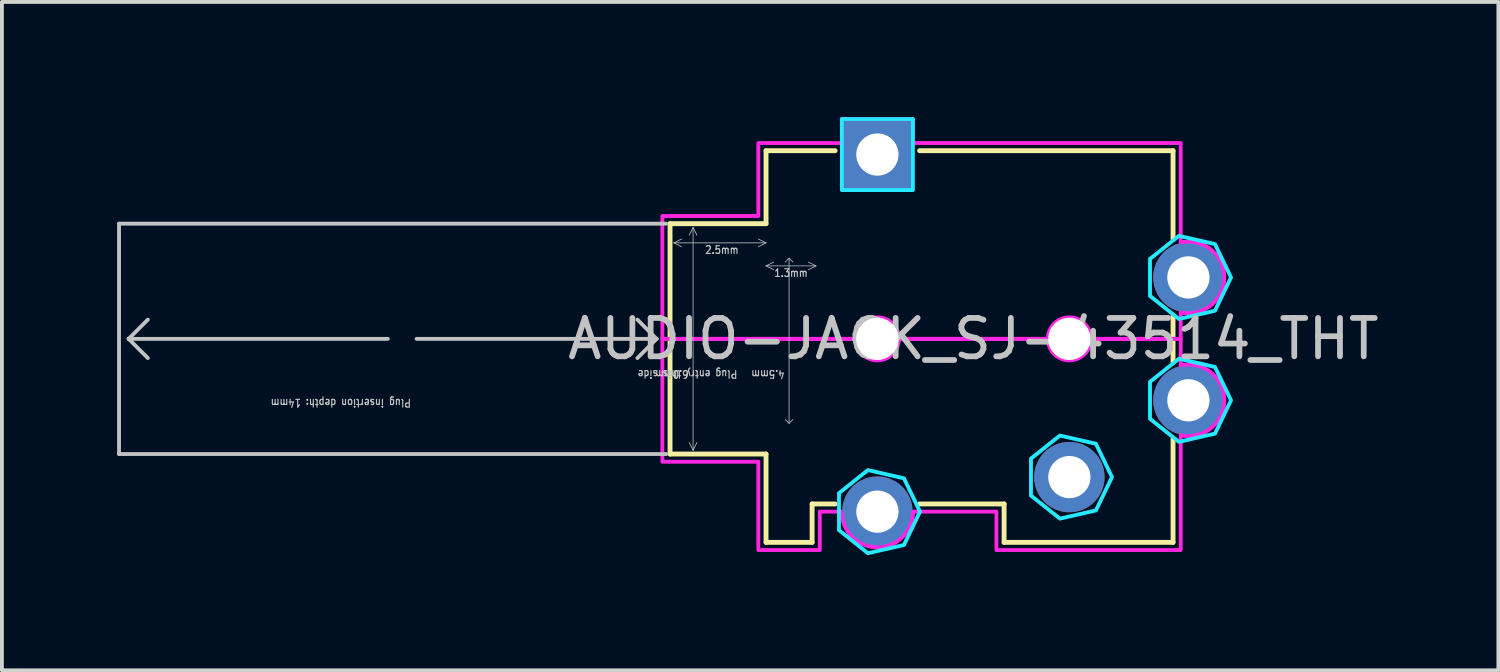
<source format=kicad_pcb>
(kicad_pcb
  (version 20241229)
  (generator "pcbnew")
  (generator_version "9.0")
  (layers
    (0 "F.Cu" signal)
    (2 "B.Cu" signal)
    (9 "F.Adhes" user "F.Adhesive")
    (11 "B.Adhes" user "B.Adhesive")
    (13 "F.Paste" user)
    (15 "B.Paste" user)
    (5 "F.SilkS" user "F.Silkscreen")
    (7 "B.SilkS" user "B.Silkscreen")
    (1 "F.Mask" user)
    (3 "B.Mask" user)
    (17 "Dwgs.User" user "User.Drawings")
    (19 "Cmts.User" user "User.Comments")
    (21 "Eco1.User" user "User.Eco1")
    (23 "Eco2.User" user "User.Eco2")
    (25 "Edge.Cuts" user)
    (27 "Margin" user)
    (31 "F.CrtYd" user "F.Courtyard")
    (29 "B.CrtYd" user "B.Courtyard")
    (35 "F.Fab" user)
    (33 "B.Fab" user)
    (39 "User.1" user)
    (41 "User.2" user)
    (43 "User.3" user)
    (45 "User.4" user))
  (footprint "AUDIO-JACK_SJ-43514_THT"
    (layer "F.Cu")
    (at 22.3 5.775)
    (property "Reference" "AUDIO-JACK_SJ-43514_THT" (at 0 0 0) (layer "Dwgs.User") (effects (font (size 1 1) (thickness 0.15))))
    (fp_line (start -7.9 -3) (end -7.9 3) (stroke (width 0.127) (type solid)) (layer "F.SilkS"))
    (fp_line (start -7.9 3) (end -5.4 3) (stroke (width 0.127) (type solid)) (layer "F.SilkS"))
    (fp_line (start -5.4 -4.9) (end -5.4 -3) (stroke (width 0.127) (type solid)) (layer "F.SilkS"))
    (fp_line (start -5.4 -3) (end -7.9 -3) (stroke (width 0.127) (type solid)) (layer "F.SilkS"))
    (fp_line (start -5.4 3) (end -5.4 5.3) (stroke (width 0.127) (type solid)) (layer "F.SilkS"))
    (fp_line (start -5.4 5.3) (end -4.2 5.3) (stroke (width 0.127) (type solid)) (layer "F.SilkS"))
    (fp_line (start -4.2 4.3) (end -3.6 4.3) (stroke (width 0.127) (type solid)) (layer "F.SilkS"))
    (fp_line (start -4.2 5.3) (end -4.2 4.3) (stroke (width 0.127) (type solid)) (layer "F.SilkS"))
    (fp_line (start -3.6 -4.9) (end -5.4 -4.9) (stroke (width 0.127) (type solid)) (layer "F.SilkS"))
    (fp_line (start -1.4 4.3) (end 0.8 4.3) (stroke (width 0.127) (type solid)) (layer "F.SilkS"))
    (fp_line (start 0.8 4.3) (end 0.8 5.3) (stroke (width 0.127) (type solid)) (layer "F.SilkS"))
    (fp_line (start 0.8 5.3) (end 5.2 5.3) (stroke (width 0.127) (type solid)) (layer "F.SilkS"))
    (fp_line (start 5.2 -4.9) (end -1.4 -4.9) (stroke (width 0.127) (type solid)) (layer "F.SilkS"))
    (fp_line (start 5.2 -2.6) (end 5.2 -4.9) (stroke (width 0.127) (type solid)) (layer "F.SilkS"))
    (fp_line (start 5.2 0.6) (end 5.2 -0.6) (stroke (width 0.127) (type solid)) (layer "F.SilkS"))
    (fp_line (start 5.2 5.3) (end 5.2 2.6) (stroke (width 0.127) (type solid)) (layer "F.SilkS"))
    (fp_line (start -22.25 -3) (end -22.25 3) (stroke (width 0.1) (type solid)) (layer "Dwgs.User"))
    (fp_line (start -22.25 3) (end -8 3) (stroke (width 0.1) (type solid)) (layer "Dwgs.User"))
    (fp_line (start -22 0) (end -21.5 -0.5) (stroke (width 0.1) (type solid)) (layer "Dwgs.User"))
    (fp_line (start -22 0) (end -21.5 0.5) (stroke (width 0.1) (type solid)) (layer "Dwgs.User"))
    (fp_line (start -15.25 0) (end -22 0) (stroke (width 0.1) (type solid)) (layer "Dwgs.User"))
    (fp_line (start -8.25 0) (end -14.5 0) (stroke (width 0.1) (type solid)) (layer "Dwgs.User"))
    (fp_line (start -8.25 0) (end -8.75 -0.5) (stroke (width 0.1) (type solid)) (layer "Dwgs.User"))
    (fp_line (start -8.25 0) (end -8.75 0.5) (stroke (width 0.1) (type solid)) (layer "Dwgs.User"))
    (fp_line (start -8 -3) (end -22.25 -3) (stroke (width 0.1) (type solid)) (layer "Dwgs.User"))
    (fp_line (start -7.8 -2.5) (end -7.6 -2.6) (stroke (width 0.02) (type solid)) (layer "Dwgs.User"))
    (fp_line (start -7.8 -2.5) (end -7.6 -2.4) (stroke (width 0.02) (type solid)) (layer "Dwgs.User"))
    (fp_line (start -7.4 -2.7) (end -7.3 -2.9) (stroke (width 0.02) (type solid)) (layer "Dwgs.User"))
    (fp_line (start -7.4 2.7) (end -7.3 2.9) (stroke (width 0.02) (type solid)) (layer "Dwgs.User"))
    (fp_line (start -7.3 -2.9) (end -7.3 2.9) (stroke (width 0.02) (type solid)) (layer "Dwgs.User"))
    (fp_line (start -7.3 -2.9) (end -7.2 -2.7) (stroke (width 0.02) (type solid)) (layer "Dwgs.User"))
    (fp_line (start -7.3 2.9) (end -7.2 2.7) (stroke (width 0.02) (type solid)) (layer "Dwgs.User"))
    (fp_line (start -5.6 -2.6) (end -5.4 -2.5) (stroke (width 0.02) (type solid)) (layer "Dwgs.User"))
    (fp_line (start -5.4 -2.5) (end -7.8 -2.5) (stroke (width 0.02) (type solid)) (layer "Dwgs.User"))
    (fp_line (start -5.4 -2.5) (end -5.6 -2.4) (stroke (width 0.02) (type solid)) (layer "Dwgs.User"))
    (fp_line (start -5.4 -1.9) (end -5.2 -2) (stroke (width 0.02) (type solid)) (layer "Dwgs.User"))
    (fp_line (start -5.4 -1.9) (end -5.2 -1.8) (stroke (width 0.02) (type solid)) (layer "Dwgs.User"))
    (fp_line (start -5.4 -1.9) (end -4.1 -1.9) (stroke (width 0.02) (type solid)) (layer "Dwgs.User"))
    (fp_line (start -4.8 -2.1) (end -4.9 -2) (stroke (width 0.02) (type solid)) (layer "Dwgs.User"))
    (fp_line (start -4.8 -2.1) (end -4.8 2.2) (stroke (width 0.02) (type solid)) (layer "Dwgs.User"))
    (fp_line (start -4.8 -2.1) (end -4.7 -2) (stroke (width 0.02) (type solid)) (layer "Dwgs.User"))
    (fp_line (start -4.8 2.2) (end -4.9 2.1) (stroke (width 0.02) (type solid)) (layer "Dwgs.User"))
    (fp_line (start -4.8 2.2) (end -4.7 2.1) (stroke (width 0.02) (type solid)) (layer "Dwgs.User"))
    (fp_line (start -4.3 -1.8) (end -4.1 -1.9) (stroke (width 0.02) (type solid)) (layer "Dwgs.User"))
    (fp_line (start -4.1 -1.9) (end -4.3 -2) (stroke (width 0.02) (type solid)) (layer "Dwgs.User"))
    (fp_poly (pts (xy -3.425 -5.725) (xy -1.575 -5.725) (xy -1.575 -3.875) (xy -3.425 -3.875)) (stroke (width 0.1) (type solid)) (fill no) (layer "B.CrtYd"))
    (fp_poly (pts (xy -1.39 4.5) (xy -1.808 3.632) (xy -2.747 3.418) (xy -3.5 4.018) (xy -3.5 4.982) (xy -2.747 5.582) (xy -1.808 5.368)) (stroke (width 0.1) (type solid)) (fill no) (layer "B.CrtYd"))
    (fp_poly (pts (xy 3.61 3.6) (xy 3.192 2.732) (xy 2.253 2.518) (xy 1.5 3.118) (xy 1.5 4.082) (xy 2.253 4.682) (xy 3.192 4.468)) (stroke (width 0.1) (type solid)) (fill no) (layer "B.CrtYd"))
    (fp_poly (pts (xy 6.71 -1.6) (xy 6.292 -2.468) (xy 5.353 -2.682) (xy 4.6 -2.082) (xy 4.6 -1.118) (xy 5.353 -0.518) (xy 6.292 -0.732)) (stroke (width 0.1) (type solid)) (fill no) (layer "B.CrtYd"))
    (fp_poly (pts (xy 6.71 1.6) (xy 6.292 0.732) (xy 5.353 0.518) (xy 4.6 1.118) (xy 4.6 2.082) (xy 5.353 2.682) (xy 6.292 2.468)) (stroke (width 0.1) (type solid)) (fill no) (layer "B.CrtYd"))
    (fp_poly (pts (xy -3.425 -5.725) (xy -1.575 -5.725) (xy -1.575 -5.1) (xy 5.4 -5.1) (xy 5.4 -2.51) (xy 5.449 -2.519) (xy 5.498 -2.526) (xy 5.548 -2.531) (xy 5.597 -2.532) (xy 5.647 -2.531) (xy 5.697 -2.527) (xy 5.746 -2.521) (xy 5.795 -2.512) (xy 5.844 -2.5) (xy 5.891 -2.486) (xy 5.938 -2.469) (xy 5.984 -2.45) (xy 6.029 -2.428) (xy 6.073 -2.404) (xy 6.115 -2.378) (xy 6.156 -2.35) (xy 6.195 -2.319) (xy 6.232 -2.286) (xy 6.268 -2.252) (xy 6.302 -2.215) (xy 6.334 -2.177) (xy 6.364 -2.137) (xy 6.391 -2.096) (xy 6.416 -2.053) (xy 6.439 -2.009) (xy 6.46 -1.963) (xy 6.478 -1.917) (xy 6.494 -1.87) (xy 6.507 -1.822) (xy 6.518 -1.773) (xy 6.526 -1.724) (xy 6.531 -1.675) (xy 6.534 -1.625) (xy 6.534 -1.575) (xy 6.531 -1.525) (xy 6.526 -1.476) (xy 6.518 -1.427) (xy 6.507 -1.378) (xy 6.494 -1.33) (xy 6.478 -1.283) (xy 6.46 -1.237) (xy 6.439 -1.191) (xy 6.416 -1.147) (xy 6.391 -1.104) (xy 6.364 -1.063) (xy 6.334 -1.023) (xy 6.302 -0.985) (xy 6.268 -0.948) (xy 6.232 -0.914) (xy 6.195 -0.881) (xy 6.156 -0.85) (xy 6.115 -0.822) (xy 6.073 -0.796) (xy 6.029 -0.772) (xy 5.984 -0.75) (xy 5.938 -0.731) (xy 5.891 -0.714) (xy 5.844 -0.7) (xy 5.795 -0.688) (xy 5.746 -0.679) (xy 5.697 -0.673) (xy 5.647 -0.669) (xy 5.597 -0.668) (xy 5.548 -0.669) (xy 5.498 -0.674) (xy 5.449 -0.681) (xy 5.4 -0.69) (xy 5.4 0) (xy 3.06 0) (xy 3.06 -0.000078) (xy 3.06 -0.009) (xy 3.06 -0.009) (xy 3.06 -0.018) (xy 3.06 -0.018) (xy 3.059 -0.026) (xy 3.059 -0.026) (xy 3.059 -0.035) (xy 3.059 -0.035) (xy 3.058 -0.044) (xy 3.058 -0.044) (xy 3.058 -0.053) (xy 3.058 -0.053) (xy 3.057 -0.061) (xy 3.057 -0.062) (xy 3.056 -0.07) (xy 3.056 -0.07) (xy 3.054 -0.079) (xy 3.054 -0.079) (xy 3.053 -0.088) (xy 3.053 -0.088) (xy 3.052 -0.096) (xy 3.052 -0.096) (xy 3.05 -0.105) (xy 3.05 -0.105) (xy 3.048 -0.113) (xy 3.048 -0.114) (xy 3.047 -0.122) (xy 3.046 -0.122) (xy 3.045 -0.131) (xy 3.045 -0.131) (xy 3.042 -0.139) (xy 3.042 -0.139) (xy 3.04 -0.148) (xy 3.04 -0.148) (xy 3.038 -0.156) (xy 3.038 -0.156) (xy 3.035 -0.165) (xy 3.035 -0.165) (xy 3.033 -0.173) (xy 3.033 -0.173) (xy 3.03 -0.181) (xy 3.03 -0.181) (xy 3.027 -0.19) (xy 3.027 -0.19) (xy 3.024 -0.198) (xy 3.024 -0.198) (xy 3.021 -0.206) (xy 3.021 -0.206) (xy 3.017 -0.214) (xy 3.017 -0.214) (xy 3.014 -0.222) (xy 3.014 -0.222) (xy 3.01 -0.23) (xy 3.01 -0.231) (xy 3.007 -0.238) (xy 3.007 -0.239) (xy 3.003 -0.246) (xy 3.003 -0.246) (xy 2.999 -0.254) (xy 2.999 -0.254) (xy 2.995 -0.262) (xy 2.995 -0.262) (xy 2.991 -0.27) (xy 2.991 -0.27) (xy 2.986 -0.277) (xy 2.986 -0.278) (xy 2.982 -0.285) (xy 2.982 -0.285) (xy 2.978 -0.293) (xy 2.977 -0.293) (xy 2.973 -0.3) (xy 2.973 -0.3) (xy 2.968 -0.307) (xy 2.968 -0.308) (xy 2.963 -0.315) (xy 2.963 -0.315) (xy 2.958 -0.322) (xy 2.958 -0.322) (xy 2.953 -0.329) (xy 2.953 -0.329) (xy 2.948 -0.336) (xy 2.948 -0.336) (xy 2.943 -0.343) (xy 2.942 -0.343) (xy 2.937 -0.35) (xy 2.937 -0.35) (xy 2.932 -0.357) (xy 2.931 -0.357) (xy 2.926 -0.364) (xy 2.926 -0.364) (xy 2.92 -0.37) (xy 2.92 -0.37) (xy 2.914 -0.377) (xy 2.914 -0.377) (xy 2.908 -0.383) (xy 2.908 -0.383) (xy 2.902 -0.39) (xy 2.902 -0.39) (xy 2.896 -0.396) (xy 2.896 -0.396) (xy 2.89 -0.402) (xy 2.89 -0.402) (xy 2.883 -0.408) (xy 2.883 -0.408) (xy 2.877 -0.414) (xy 2.877 -0.414) (xy 2.87 -0.42) (xy 2.87 -0.42) (xy 2.864 -0.426) (xy 2.864 -0.426) (xy 2.857 -0.431) (xy 2.857 -0.432) (xy 2.85 -0.437) (xy 2.85 -0.437) (xy 2.843 -0.442) (xy 2.843 -0.443) (xy 2.836 -0.448) (xy 2.836 -0.448) (xy 2.829 -0.453) (xy 2.829 -0.453) (xy 2.822 -0.458) (xy 2.822 -0.458) (xy 2.815 -0.463) (xy 2.815 -0.463) (xy 2.808 -0.468) (xy 2.807 -0.468) (xy 2.8 -0.473) (xy 2.8 -0.473) (xy 2.793 -0.477) (xy 2.793 -0.478) (xy 2.785 -0.482) (xy 2.785 -0.482) (xy 2.778 -0.486) (xy 2.777 -0.486) (xy 2.77 -0.491) (xy 2.77 -0.491) (xy 2.762 -0.495) (xy 2.762 -0.495) (xy 2.754 -0.499) (xy 2.754 -0.499) (xy 2.746 -0.503) (xy 2.746 -0.503) (xy 2.739 -0.507) (xy 2.738 -0.507) (xy 2.731 -0.51) (xy 2.73 -0.51) (xy 2.722 -0.514) (xy 2.722 -0.514) (xy 2.714 -0.517) (xy 2.714 -0.517) (xy 2.706 -0.521) (xy 2.706 -0.521) (xy 2.698 -0.524) (xy 2.698 -0.524) (xy 2.69 -0.527) (xy 2.69 -0.527) (xy 2.681 -0.53) (xy 2.681 -0.53) (xy 2.673 -0.533) (xy 2.673 -0.533) (xy 2.665 -0.535) (xy 2.665 -0.535) (xy 2.656 -0.538) (xy 2.656 -0.538) (xy 2.648 -0.54) (xy 2.648 -0.54) (xy 2.639 -0.542) (xy 2.639 -0.542) (xy 2.631 -0.545) (xy 2.631 -0.545) (xy 2.622 -0.546) (xy 2.622 -0.547) (xy 2.614 -0.548) (xy 2.613 -0.548) (xy 2.605 -0.55) (xy 2.605 -0.55) (xy 2.596 -0.552) (xy 2.596 -0.552) (xy 2.588 -0.553) (xy 2.588 -0.553) (xy 2.579 -0.554) (xy 2.579 -0.554) (xy 2.57 -0.556) (xy 2.57 -0.556) (xy 2.562 -0.557) (xy 2.561 -0.557) (xy 2.553 -0.558) (xy 2.553 -0.558) (xy 2.544 -0.558) (xy 2.544 -0.558) (xy 2.535 -0.559) (xy 2.535 -0.559) (xy 2.526 -0.559) (xy 2.526 -0.559) (xy 2.518 -0.56) (xy 2.518 -0.56) (xy 2.509 -0.56) (xy 2.509 -0.56) (xy 2.5 -0.56) (xy 2.5 -0.56) (xy 2.491 -0.56) (xy 2.491 -0.56) (xy 2.482 -0.56) (xy 2.482 -0.56) (xy 2.474 -0.559) (xy 2.474 -0.559) (xy 2.465 -0.559) (xy 2.465 -0.559) (xy 2.456 -0.558) (xy 2.456 -0.558) (xy 2.447 -0.558) (xy 2.447 -0.558) (xy 2.439 -0.557) (xy 2.438 -0.557) (xy 2.43 -0.556) (xy 2.43 -0.556) (xy 2.421 -0.554) (xy 2.421 -0.554) (xy 2.412 -0.553) (xy 2.412 -0.553) (xy 2.404 -0.552) (xy 2.404 -0.552) (xy 2.395 -0.55) (xy 2.395 -0.55) (xy 2.387 -0.548) (xy 2.386 -0.548) (xy 2.378 -0.547) (xy 2.378 -0.546) (xy 2.369 -0.545) (xy 2.369 -0.545) (xy 2.361 -0.542) (xy 2.361 -0.542) (xy 2.352 -0.54) (xy 2.352 -0.54) (xy 2.344 -0.538) (xy 2.344 -0.538) (xy 2.335 -0.535) (xy 2.335 -0.535) (xy 2.327 -0.533) (xy 2.327 -0.533) (xy 2.319 -0.53) (xy 2.319 -0.53) (xy 2.31 -0.527) (xy 2.31 -0.527) (xy 2.302 -0.524) (xy 2.302 -0.524) (xy 2.294 -0.521) (xy 2.294 -0.521) (xy 2.286 -0.517) (xy 2.286 -0.517) (xy 2.278 -0.514) (xy 2.278 -0.514) (xy 2.27 -0.51) (xy 2.269 -0.51) (xy 2.262 -0.507) (xy 2.261 -0.507) (xy 2.254 -0.503) (xy 2.254 -0.503) (xy 2.246 -0.499) (xy 2.246 -0.499) (xy 2.238 -0.495) (xy 2.238 -0.495) (xy 2.23 -0.491) (xy 2.23 -0.491) (xy 2.223 -0.486) (xy 2.222 -0.486) (xy 2.215 -0.482) (xy 2.215 -0.482) (xy 2.207 -0.478) (xy 2.207 -0.477) (xy 2.2 -0.473) (xy 2.2 -0.473) (xy 2.193 -0.468) (xy 2.192 -0.468) (xy 2.185 -0.463) (xy 2.185 -0.463) (xy 2.178 -0.458) (xy 2.178 -0.458) (xy 2.171 -0.453) (xy 2.171 -0.453) (xy 2.164 -0.448) (xy 2.164 -0.448) (xy 2.157 -0.443) (xy 2.157 -0.442) (xy 2.15 -0.437) (xy 2.15 -0.437) (xy 2.143 -0.432) (xy 2.143 -0.431) (xy 2.136 -0.426) (xy 2.136 -0.426) (xy 2.13 -0.42) (xy 2.13 -0.42) (xy 2.123 -0.414) (xy 2.123 -0.414) (xy 2.117 -0.408) (xy 2.117 -0.408) (xy 2.11 -0.402) (xy 2.11 -0.402) (xy 2.104 -0.396) (xy 2.104 -0.396) (xy 2.098 -0.39) (xy 2.098 -0.39) (xy 2.092 -0.383) (xy 2.092 -0.383) (xy 2.086 -0.377) (xy 2.086 -0.377) (xy 2.08 -0.37) (xy 2.08 -0.37) (xy 2.074 -0.364) (xy 2.074 -0.364) (xy 2.069 -0.357) (xy 2.068 -0.357) (xy 2.063 -0.35) (xy 2.063 -0.35) (xy 2.058 -0.343) (xy 2.057 -0.343) (xy 2.052 -0.336) (xy 2.052 -0.336) (xy 2.047 -0.329) (xy 2.047 -0.329) (xy 2.042 -0.322) (xy 2.042 -0.322) (xy 2.037 -0.315) (xy 2.037 -0.315) (xy 2.032 -0.308) (xy 2.032 -0.307) (xy 2.027 -0.3) (xy 2.027 -0.3) (xy 2.023 -0.293) (xy 2.022 -0.293) (xy 2.018 -0.285) (xy 2.018 -0.285) (xy 2.014 -0.278) (xy 2.014 -0.277) (xy 2.009 -0.27) (xy 2.009 -0.27) (xy 2.005 -0.262) (xy 2.005 -0.262) (xy 2.001 -0.254) (xy 2.001 -0.254) (xy 1.997 -0.246) (xy 1.997 -0.246) (xy 1.993 -0.239) (xy 1.993 -0.238) (xy 1.99 -0.231) (xy 1.99 -0.23) (xy 1.986 -0.222) (xy 1.986 -0.222) (xy 1.983 -0.214) (xy 1.983 -0.214) (xy 1.979 -0.206) (xy 1.979 -0.206) (xy 1.976 -0.198) (xy 1.976 -0.198) (xy 1.973 -0.19) (xy 1.973 -0.19) (xy 1.97 -0.181) (xy 1.97 -0.181) (xy 1.967 -0.173) (xy 1.967 -0.173) (xy 1.965 -0.165) (xy 1.965 -0.165) (xy 1.962 -0.156) (xy 1.962 -0.156) (xy 1.96 -0.148) (xy 1.96 -0.148) (xy 1.958 -0.139) (xy 1.958 -0.139) (xy 1.955 -0.131) (xy 1.955 -0.131) (xy 1.954 -0.122) (xy 1.953 -0.122) (xy 1.952 -0.114) (xy 1.952 -0.113) (xy 1.95 -0.105) (xy 1.95 -0.105) (xy 1.948 -0.096) (xy 1.948 -0.096) (xy 1.947 -0.088) (xy 1.947 -0.088) (xy 1.946 -0.079) (xy 1.946 -0.079) (xy 1.944 -0.07) (xy 1.944 -0.07) (xy 1.943 -0.062) (xy 1.943 -0.061) (xy 1.942 -0.053) (xy 1.942 -0.053) (xy 1.942 -0.044) (xy 1.942 -0.044) (xy 1.941 -0.035) (xy 1.941 -0.035) (xy 1.941 -0.026) (xy 1.941 -0.026) (xy 1.94 -0.018) (xy 1.94 -0.018) (xy 1.94 -0.009) (xy 1.94 -0.009) (xy 1.94 -0.000078) (xy 1.94 0) (xy -1.94 0) (xy -1.94 -0.000078) (xy -1.94 -0.009) (xy -1.94 -0.009) (xy -1.94 -0.018) (xy -1.94 -0.018) (xy -1.941 -0.026) (xy -1.941 -0.026) (xy -1.941 -0.035) (xy -1.941 -0.035) (xy -1.942 -0.044) (xy -1.942 -0.044) (xy -1.942 -0.053) (xy -1.942 -0.053) (xy -1.943 -0.061) (xy -1.943 -0.062) (xy -1.944 -0.07) (xy -1.944 -0.07) (xy -1.946 -0.079) (xy -1.946 -0.079) (xy -1.947 -0.088) (xy -1.947 -0.088) (xy -1.948 -0.096) (xy -1.948 -0.096) (xy -1.95 -0.105) (xy -1.95 -0.105) (xy -1.952 -0.113) (xy -1.952 -0.114) (xy -1.953 -0.122) (xy -1.954 -0.122) (xy -1.955 -0.131) (xy -1.955 -0.131) (xy -1.958 -0.139) (xy -1.958 -0.139) (xy -1.96 -0.148) (xy -1.96 -0.148) (xy -1.962 -0.156) (xy -1.962 -0.156) (xy -1.965 -0.165) (xy -1.965 -0.165) (xy -1.967 -0.173) (xy -1.967 -0.173) (xy -1.97 -0.181) (xy -1.97 -0.181) (xy -1.973 -0.19) (xy -1.973 -0.19) (xy -1.976 -0.198) (xy -1.976 -0.198) (xy -1.979 -0.206) (xy -1.979 -0.206) (xy -1.983 -0.214) (xy -1.983 -0.214) (xy -1.986 -0.222) (xy -1.986 -0.222) (xy -1.99 -0.23) (xy -1.99 -0.231) (xy -1.993 -0.238) (xy -1.993 -0.239) (xy -1.997 -0.246) (xy -1.997 -0.246) (xy -2.001 -0.254) (xy -2.001 -0.254) (xy -2.005 -0.262) (xy -2.005 -0.262) (xy -2.009 -0.27) (xy -2.009 -0.27) (xy -2.014 -0.277) (xy -2.014 -0.278) (xy -2.018 -0.285) (xy -2.018 -0.285) (xy -2.022 -0.293) (xy -2.023 -0.293) (xy -2.027 -0.3) (xy -2.027 -0.3) (xy -2.032 -0.307) (xy -2.032 -0.308) (xy -2.037 -0.315) (xy -2.037 -0.315) (xy -2.042 -0.322) (xy -2.042 -0.322) (xy -2.047 -0.329) (xy -2.047 -0.329) (xy -2.052 -0.336) (xy -2.052 -0.336) (xy -2.057 -0.343) (xy -2.058 -0.343) (xy -2.063 -0.35) (xy -2.063 -0.35) (xy -2.068 -0.357) (xy -2.069 -0.357) (xy -2.074 -0.364) (xy -2.074 -0.364) (xy -2.08 -0.37) (xy -2.08 -0.37) (xy -2.086 -0.377) (xy -2.086 -0.377) (xy -2.092 -0.383) (xy -2.092 -0.383) (xy -2.098 -0.39) (xy -2.098 -0.39) (xy -2.104 -0.396) (xy -2.104 -0.396) (xy -2.11 -0.402) (xy -2.11 -0.402) (xy -2.117 -0.408) (xy -2.117 -0.408) (xy -2.123 -0.414) (xy -2.123 -0.414) (xy -2.13 -0.42) (xy -2.13 -0.42) (xy -2.136 -0.426) (xy -2.136 -0.426) (xy -2.143 -0.431) (xy -2.143 -0.432) (xy -2.15 -0.437) (xy -2.15 -0.437) (xy -2.157 -0.442) (xy -2.157 -0.443) (xy -2.164 -0.448) (xy -2.164 -0.448) (xy -2.171 -0.453) (xy -2.171 -0.453) (xy -2.178 -0.458) (xy -2.178 -0.458) (xy -2.185 -0.463) (xy -2.185 -0.463) (xy -2.192 -0.468) (xy -2.193 -0.468) (xy -2.2 -0.473) (xy -2.2 -0.473) (xy -2.207 -0.477) (xy -2.207 -0.478) (xy -2.215 -0.482) (xy -2.215 -0.482) (xy -2.222 -0.486) (xy -2.223 -0.486) (xy -2.23 -0.491) (xy -2.23 -0.491) (xy -2.238 -0.495) (xy -2.238 -0.495) (xy -2.246 -0.499) (xy -2.246 -0.499) (xy -2.254 -0.503) (xy -2.254 -0.503) (xy -2.261 -0.507) (xy -2.262 -0.507) (xy -2.269 -0.51) (xy -2.27 -0.51) (xy -2.278 -0.514) (xy -2.278 -0.514) (xy -2.286 -0.517) (xy -2.286 -0.517) (xy -2.294 -0.521) (xy -2.294 -0.521) (xy -2.302 -0.524) (xy -2.302 -0.524) (xy -2.31 -0.527) (xy -2.31 -0.527) (xy -2.319 -0.53) (xy -2.319 -0.53) (xy -2.327 -0.533) (xy -2.327 -0.533) (xy -2.335 -0.535) (xy -2.335 -0.535) (xy -2.344 -0.538) (xy -2.344 -0.538) (xy -2.352 -0.54) (xy -2.352 -0.54) (xy -2.361 -0.542) (xy -2.361 -0.542) (xy -2.369 -0.545) (xy -2.369 -0.545) (xy -2.378 -0.546) (xy -2.378 -0.547) (xy -2.386 -0.548) (xy -2.387 -0.548) (xy -2.395 -0.55) (xy -2.395 -0.55) (xy -2.404 -0.552) (xy -2.404 -0.552) (xy -2.412 -0.553) (xy -2.412 -0.553) (xy -2.421 -0.554) (xy -2.421 -0.554) (xy -2.43 -0.556) (xy -2.43 -0.556) (xy -2.438 -0.557) (xy -2.439 -0.557) (xy -2.447 -0.558) (xy -2.447 -0.558) (xy -2.456 -0.558) (xy -2.456 -0.558) (xy -2.465 -0.559) (xy -2.465 -0.559) (xy -2.474 -0.559) (xy -2.474 -0.559) (xy -2.482 -0.56) (xy -2.482 -0.56) (xy -2.491 -0.56) (xy -2.491 -0.56) (xy -2.5 -0.56) (xy -2.5 -0.56) (xy -2.509 -0.56) (xy -2.509 -0.56) (xy -2.518 -0.56) (xy -2.518 -0.56) (xy -2.526 -0.559) (xy -2.526 -0.559) (xy -2.535 -0.559) (xy -2.535 -0.559) (xy -2.544 -0.558) (xy -2.544 -0.558) (xy -2.553 -0.558) (xy -2.553 -0.558) (xy -2.561 -0.557) (xy -2.562 -0.557) (xy -2.57 -0.556) (xy -2.57 -0.556) (xy -2.579 -0.554) (xy -2.579 -0.554) (xy -2.588 -0.553) (xy -2.588 -0.553) (xy -2.596 -0.552) (xy -2.596 -0.552) (xy -2.605 -0.55) (xy -2.605 -0.55) (xy -2.613 -0.548) (xy -2.614 -0.548) (xy -2.622 -0.547) (xy -2.622 -0.546) (xy -2.631 -0.545) (xy -2.631 -0.545) (xy -2.639 -0.542) (xy -2.639 -0.542) (xy -2.648 -0.54) (xy -2.648 -0.54) (xy -2.656 -0.538) (xy -2.656 -0.538) (xy -2.665 -0.535) (xy -2.665 -0.535) (xy -2.673 -0.533) (xy -2.673 -0.533) (xy -2.681 -0.53) (xy -2.681 -0.53) (xy -2.69 -0.527) (xy -2.69 -0.527) (xy -2.698 -0.524) (xy -2.698 -0.524) (xy -2.706 -0.521) (xy -2.706 -0.521) (xy -2.714 -0.517) (xy -2.714 -0.517) (xy -2.722 -0.514) (xy -2.722 -0.514) (xy -2.73 -0.51) (xy -2.731 -0.51) (xy -2.738 -0.507) (xy -2.739 -0.507) (xy -2.746 -0.503) (xy -2.746 -0.503) (xy -2.754 -0.499) (xy -2.754 -0.499) (xy -2.762 -0.495) (xy -2.762 -0.495) (xy -2.77 -0.491) (xy -2.77 -0.491) (xy -2.777 -0.486) (xy -2.778 -0.486) (xy -2.785 -0.482) (xy -2.785 -0.482) (xy -2.793 -0.478) (xy -2.793 -0.477) (xy -2.8 -0.473) (xy -2.8 -0.473) (xy -2.807 -0.468) (xy -2.808 -0.468) (xy -2.815 -0.463) (xy -2.815 -0.463) (xy -2.822 -0.458) (xy -2.822 -0.458) (xy -2.829 -0.453) (xy -2.829 -0.453) (xy -2.836 -0.448) (xy -2.836 -0.448) (xy -2.843 -0.443) (xy -2.843 -0.442) (xy -2.85 -0.437) (xy -2.85 -0.437) (xy -2.857 -0.432) (xy -2.857 -0.431) (xy -2.864 -0.426) (xy -2.864 -0.426) (xy -2.87 -0.42) (xy -2.87 -0.42) (xy -2.877 -0.414) (xy -2.877 -0.414) (xy -2.883 -0.408) (xy -2.883 -0.408) (xy -2.89 -0.402) (xy -2.89 -0.402) (xy -2.896 -0.396) (xy -2.896 -0.396) (xy -2.902 -0.39) (xy -2.902 -0.39) (xy -2.908 -0.383) (xy -2.908 -0.383) (xy -2.914 -0.377) (xy -2.914 -0.377) (xy -2.92 -0.37) (xy -2.92 -0.37) (xy -2.926 -0.364) (xy -2.926 -0.364) (xy -2.931 -0.357) (xy -2.932 -0.357) (xy -2.937 -0.35) (xy -2.937 -0.35) (xy -2.942 -0.343) (xy -2.943 -0.343) (xy -2.948 -0.336) (xy -2.948 -0.336) (xy -2.953 -0.329) (xy -2.953 -0.329) (xy -2.958 -0.322) (xy -2.958 -0.322) (xy -2.963 -0.315) (xy -2.963 -0.315) (xy -2.968 -0.308) (xy -2.968 -0.307) (xy -2.973 -0.3) (xy -2.973 -0.3) (xy -2.977 -0.293) (xy -2.978 -0.293) (xy -2.982 -0.285) (xy -2.982 -0.285) (xy -2.986 -0.278) (xy -2.986 -0.277) (xy -2.991 -0.27) (xy -2.991 -0.27) (xy -2.995 -0.262) (xy -2.995 -0.262) (xy -2.999 -0.254) (xy -2.999 -0.254) (xy -3.003 -0.246) (xy -3.003 -0.246) (xy -3.007 -0.239) (xy -3.007 -0.238) (xy -3.01 -0.231) (xy -3.01 -0.23) (xy -3.014 -0.222) (xy -3.014 -0.222) (xy -3.017 -0.214) (xy -3.017 -0.214) (xy -3.021 -0.206) (xy -3.021 -0.206) (xy -3.024 -0.198) (xy -3.024 -0.198) (xy -3.027 -0.19) (xy -3.027 -0.19) (xy -3.03 -0.181) (xy -3.03 -0.181) (xy -3.033 -0.173) (xy -3.033 -0.173) (xy -3.035 -0.165) (xy -3.035 -0.165) (xy -3.038 -0.156) (xy -3.038 -0.156) (xy -3.04 -0.148) (xy -3.04 -0.148) (xy -3.042 -0.139) (xy -3.042 -0.139) (xy -3.045 -0.131) (xy -3.045 -0.131) (xy -3.046 -0.122) (xy -3.047 -0.122) (xy -3.048 -0.114) (xy -3.048 -0.113) (xy -3.05 -0.105) (xy -3.05 -0.105) (xy -3.052 -0.096) (xy -3.052 -0.096) (xy -3.053 -0.088) (xy -3.053 -0.088) (xy -3.054 -0.079) (xy -3.054 -0.079) (xy -3.056 -0.07) (xy -3.056 -0.07) (xy -3.057 -0.062) (xy -3.057 -0.061) (xy -3.058 -0.053) (xy -3.058 -0.053) (xy -3.058 -0.044) (xy -3.058 -0.044) (xy -3.059 -0.035) (xy -3.059 -0.035) (xy -3.059 -0.026) (xy -3.059 -0.026) (xy -3.06 -0.018) (xy -3.06 -0.018) (xy -3.06 -0.009) (xy -3.06 -0.009) (xy -3.06 -0.000078) (xy -3.06 0) (xy -8.1 0) (xy -8.1 -3.2) (xy -5.6 -3.2) (xy -5.6 -5.1) (xy -3.425 -5.1)) (stroke (width 0.1) (type solid)) (fill no) (layer "F.CrtYd"))
    (fp_poly (pts (xy 5.4 0) (xy 5.4 0.69) (xy 5.449 0.681) (xy 5.498 0.674) (xy 5.548 0.669) (xy 5.597 0.668) (xy 5.647 0.669) (xy 5.697 0.673) (xy 5.746 0.679) (xy 5.795 0.688) (xy 5.844 0.7) (xy 5.891 0.714) (xy 5.938 0.731) (xy 5.984 0.75) (xy 6.029 0.772) (xy 6.073 0.796) (xy 6.115 0.822) (xy 6.156 0.85) (xy 6.195 0.881) (xy 6.232 0.914) (xy 6.268 0.948) (xy 6.302 0.985) (xy 6.334 1.023) (xy 6.364 1.063) (xy 6.391 1.104) (xy 6.416 1.147) (xy 6.439 1.191) (xy 6.46 1.237) (xy 6.478 1.283) (xy 6.494 1.33) (xy 6.507 1.378) (xy 6.518 1.427) (xy 6.526 1.476) (xy 6.531 1.525) (xy 6.534 1.575) (xy 6.534 1.625) (xy 6.531 1.675) (xy 6.526 1.724) (xy 6.518 1.773) (xy 6.507 1.822) (xy 6.494 1.87) (xy 6.478 1.917) (xy 6.46 1.963) (xy 6.439 2.009) (xy 6.416 2.053) (xy 6.391 2.096) (xy 6.364 2.137) (xy 6.334 2.177) (xy 6.302 2.215) (xy 6.268 2.252) (xy 6.232 2.286) (xy 6.195 2.319) (xy 6.156 2.35) (xy 6.115 2.378) (xy 6.073 2.404) (xy 6.029 2.428) (xy 5.984 2.45) (xy 5.938 2.469) (xy 5.891 2.486) (xy 5.844 2.5) (xy 5.795 2.512) (xy 5.746 2.521) (xy 5.697 2.527) (xy 5.647 2.531) (xy 5.597 2.532) (xy 5.548 2.531) (xy 5.498 2.526) (xy 5.449 2.519) (xy 5.4 2.51) (xy 5.4 5.5) (xy 0.6 5.5) (xy 0.6 4.5) (xy -1.57 4.5) (xy -1.571 4.549) (xy -1.575 4.599) (xy -1.582 4.648) (xy -1.591 4.697) (xy -1.603 4.745) (xy -1.617 4.792) (xy -1.634 4.839) (xy -1.653 4.884) (xy -1.675 4.929) (xy -1.699 4.972) (xy -1.725 5.014) (xy -1.753 5.055) (xy -1.784 5.094) (xy -1.817 5.131) (xy -1.851 5.166) (xy -1.888 5.2) (xy -1.926 5.231) (xy -1.965 5.261) (xy -2.007 5.288) (xy -2.049 5.314) (xy -2.093 5.336) (xy -2.138 5.357) (xy -2.185 5.375) (xy -2.232 5.39) (xy -2.279 5.403) (xy -2.328 5.414) (xy -2.377 5.422) (xy -2.426 5.427) (xy -2.475 5.43) (xy -2.525 5.43) (xy -2.574 5.427) (xy -2.623 5.422) (xy -2.672 5.414) (xy -2.721 5.403) (xy -2.768 5.39) (xy -2.815 5.375) (xy -2.862 5.357) (xy -2.907 5.336) (xy -2.951 5.314) (xy -2.993 5.288) (xy -3.035 5.261) (xy -3.074 5.231) (xy -3.112 5.2) (xy -3.149 5.166) (xy -3.183 5.131) (xy -3.216 5.094) (xy -3.247 5.055) (xy -3.275 5.014) (xy -3.301 4.972) (xy -3.325 4.929) (xy -3.347 4.884) (xy -3.366 4.839) (xy -3.383 4.792) (xy -3.397 4.745) (xy -3.409 4.697) (xy -3.418 4.648) (xy -3.425 4.599) (xy -3.429 4.549) (xy -3.43 4.5) (xy -4 4.5) (xy -4 5.5) (xy -5.6 5.5) (xy -5.6 3.2) (xy -8.1 3.2) (xy -8.1 0) (xy -3.06 0) (xy -3.06 0.000078) (xy -3.06 0.009) (xy -3.06 0.009) (xy -3.06 0.018) (xy -3.06 0.018) (xy -3.059 0.026) (xy -3.059 0.026) (xy -3.059 0.035) (xy -3.059 0.035) (xy -3.058 0.044) (xy -3.058 0.044) (xy -3.058 0.053) (xy -3.058 0.053) (xy -3.057 0.061) (xy -3.057 0.062) (xy -3.056 0.07) (xy -3.056 0.07) (xy -3.054 0.079) (xy -3.054 0.079) (xy -3.053 0.088) (xy -3.053 0.088) (xy -3.052 0.096) (xy -3.052 0.096) (xy -3.05 0.105) (xy -3.05 0.105) (xy -3.048 0.113) (xy -3.048 0.114) (xy -3.047 0.122) (xy -3.046 0.122) (xy -3.045 0.131) (xy -3.045 0.131) (xy -3.042 0.139) (xy -3.042 0.139) (xy -3.04 0.148) (xy -3.04 0.148) (xy -3.038 0.156) (xy -3.038 0.156) (xy -3.035 0.165) (xy -3.035 0.165) (xy -3.033 0.173) (xy -3.033 0.173) (xy -3.03 0.181) (xy -3.03 0.181) (xy -3.027 0.19) (xy -3.027 0.19) (xy -3.024 0.198) (xy -3.024 0.198) (xy -3.021 0.206) (xy -3.021 0.206) (xy -3.017 0.214) (xy -3.017 0.214) (xy -3.014 0.222) (xy -3.014 0.222) (xy -3.01 0.23) (xy -3.01 0.231) (xy -3.007 0.238) (xy -3.007 0.239) (xy -3.003 0.246) (xy -3.003 0.246) (xy -2.999 0.254) (xy -2.999 0.254) (xy -2.995 0.262) (xy -2.995 0.262) (xy -2.991 0.27) (xy -2.991 0.27) (xy -2.986 0.277) (xy -2.986 0.278) (xy -2.982 0.285) (xy -2.982 0.285) (xy -2.978 0.293) (xy -2.977 0.293) (xy -2.973 0.3) (xy -2.973 0.3) (xy -2.968 0.307) (xy -2.968 0.308) (xy -2.963 0.315) (xy -2.963 0.315) (xy -2.958 0.322) (xy -2.958 0.322) (xy -2.953 0.329) (xy -2.953 0.329) (xy -2.948 0.336) (xy -2.948 0.336) (xy -2.943 0.343) (xy -2.942 0.343) (xy -2.937 0.35) (xy -2.937 0.35) (xy -2.932 0.357) (xy -2.931 0.357) (xy -2.926 0.364) (xy -2.926 0.364) (xy -2.92 0.37) (xy -2.92 0.37) (xy -2.914 0.377) (xy -2.914 0.377) (xy -2.908 0.383) (xy -2.908 0.383) (xy -2.902 0.39) (xy -2.902 0.39) (xy -2.896 0.396) (xy -2.896 0.396) (xy -2.89 0.402) (xy -2.89 0.402) (xy -2.883 0.408) (xy -2.883 0.408) (xy -2.877 0.414) (xy -2.877 0.414) (xy -2.87 0.42) (xy -2.87 0.42) (xy -2.864 0.426) (xy -2.864 0.426) (xy -2.857 0.431) (xy -2.857 0.432) (xy -2.85 0.437) (xy -2.85 0.437) (xy -2.843 0.442) (xy -2.843 0.443) (xy -2.836 0.448) (xy -2.836 0.448) (xy -2.829 0.453) (xy -2.829 0.453) (xy -2.822 0.458) (xy -2.822 0.458) (xy -2.815 0.463) (xy -2.815 0.463) (xy -2.808 0.468) (xy -2.807 0.468) (xy -2.8 0.473) (xy -2.8 0.473) (xy -2.793 0.477) (xy -2.793 0.478) (xy -2.785 0.482) (xy -2.785 0.482) (xy -2.778 0.486) (xy -2.777 0.486) (xy -2.77 0.491) (xy -2.77 0.491) (xy -2.762 0.495) (xy -2.762 0.495) (xy -2.754 0.499) (xy -2.754 0.499) (xy -2.746 0.503) (xy -2.746 0.503) (xy -2.739 0.507) (xy -2.738 0.507) (xy -2.731 0.51) (xy -2.73 0.51) (xy -2.722 0.514) (xy -2.722 0.514) (xy -2.714 0.517) (xy -2.714 0.517) (xy -2.706 0.521) (xy -2.706 0.521) (xy -2.698 0.524) (xy -2.698 0.524) (xy -2.69 0.527) (xy -2.69 0.527) (xy -2.681 0.53) (xy -2.681 0.53) (xy -2.673 0.533) (xy -2.673 0.533) (xy -2.665 0.535) (xy -2.665 0.535) (xy -2.656 0.538) (xy -2.656 0.538) (xy -2.648 0.54) (xy -2.648 0.54) (xy -2.639 0.542) (xy -2.639 0.542) (xy -2.631 0.545) (xy -2.631 0.545) (xy -2.622 0.546) (xy -2.622 0.547) (xy -2.614 0.548) (xy -2.613 0.548) (xy -2.605 0.55) (xy -2.605 0.55) (xy -2.596 0.552) (xy -2.596 0.552) (xy -2.588 0.553) (xy -2.588 0.553) (xy -2.579 0.554) (xy -2.579 0.554) (xy -2.57 0.556) (xy -2.57 0.556) (xy -2.562 0.557) (xy -2.561 0.557) (xy -2.553 0.558) (xy -2.553 0.558) (xy -2.544 0.558) (xy -2.544 0.558) (xy -2.535 0.559) (xy -2.535 0.559) (xy -2.526 0.559) (xy -2.526 0.559) (xy -2.518 0.56) (xy -2.518 0.56) (xy -2.509 0.56) (xy -2.509 0.56) (xy -2.5 0.56) (xy -2.5 0.56) (xy -2.491 0.56) (xy -2.491 0.56) (xy -2.482 0.56) (xy -2.482 0.56) (xy -2.474 0.559) (xy -2.474 0.559) (xy -2.465 0.559) (xy -2.465 0.559) (xy -2.456 0.558) (xy -2.456 0.558) (xy -2.447 0.558) (xy -2.447 0.558) (xy -2.439 0.557) (xy -2.438 0.557) (xy -2.43 0.556) (xy -2.43 0.556) (xy -2.421 0.554) (xy -2.421 0.554) (xy -2.412 0.553) (xy -2.412 0.553) (xy -2.404 0.552) (xy -2.404 0.552) (xy -2.395 0.55) (xy -2.395 0.55) (xy -2.387 0.548) (xy -2.386 0.548) (xy -2.378 0.547) (xy -2.378 0.546) (xy -2.369 0.545) (xy -2.369 0.545) (xy -2.361 0.542) (xy -2.361 0.542) (xy -2.352 0.54) (xy -2.352 0.54) (xy -2.344 0.538) (xy -2.344 0.538) (xy -2.335 0.535) (xy -2.335 0.535) (xy -2.327 0.533) (xy -2.327 0.533) (xy -2.319 0.53) (xy -2.319 0.53) (xy -2.31 0.527) (xy -2.31 0.527) (xy -2.302 0.524) (xy -2.302 0.524) (xy -2.294 0.521) (xy -2.294 0.521) (xy -2.286 0.517) (xy -2.286 0.517) (xy -2.278 0.514) (xy -2.278 0.514) (xy -2.27 0.51) (xy -2.269 0.51) (xy -2.262 0.507) (xy -2.261 0.507) (xy -2.254 0.503) (xy -2.254 0.503) (xy -2.246 0.499) (xy -2.246 0.499) (xy -2.238 0.495) (xy -2.238 0.495) (xy -2.23 0.491) (xy -2.23 0.491) (xy -2.223 0.486) (xy -2.222 0.486) (xy -2.215 0.482) (xy -2.215 0.482) (xy -2.207 0.478) (xy -2.207 0.477) (xy -2.2 0.473) (xy -2.2 0.473) (xy -2.193 0.468) (xy -2.192 0.468) (xy -2.185 0.463) (xy -2.185 0.463) (xy -2.178 0.458) (xy -2.178 0.458) (xy -2.171 0.453) (xy -2.171 0.453) (xy -2.164 0.448) (xy -2.164 0.448) (xy -2.157 0.443) (xy -2.157 0.442) (xy -2.15 0.437) (xy -2.15 0.437) (xy -2.143 0.432) (xy -2.143 0.431) (xy -2.136 0.426) (xy -2.136 0.426) (xy -2.13 0.42) (xy -2.13 0.42) (xy -2.123 0.414) (xy -2.123 0.414) (xy -2.117 0.408) (xy -2.117 0.408) (xy -2.11 0.402) (xy -2.11 0.402) (xy -2.104 0.396) (xy -2.104 0.396) (xy -2.098 0.39) (xy -2.098 0.39) (xy -2.092 0.383) (xy -2.092 0.383) (xy -2.086 0.377) (xy -2.086 0.377) (xy -2.08 0.37) (xy -2.08 0.37) (xy -2.074 0.364) (xy -2.074 0.364) (xy -2.069 0.357) (xy -2.068 0.357) (xy -2.063 0.35) (xy -2.063 0.35) (xy -2.058 0.343) (xy -2.057 0.343) (xy -2.052 0.336) (xy -2.052 0.336) (xy -2.047 0.329) (xy -2.047 0.329) (xy -2.042 0.322) (xy -2.042 0.322) (xy -2.037 0.315) (xy -2.037 0.315) (xy -2.032 0.308) (xy -2.032 0.307) (xy -2.027 0.3) (xy -2.027 0.3) (xy -2.023 0.293) (xy -2.022 0.293) (xy -2.018 0.285) (xy -2.018 0.285) (xy -2.014 0.278) (xy -2.014 0.277) (xy -2.009 0.27) (xy -2.009 0.27) (xy -2.005 0.262) (xy -2.005 0.262) (xy -2.001 0.254) (xy -2.001 0.254) (xy -1.997 0.246) (xy -1.997 0.246) (xy -1.993 0.239) (xy -1.993 0.238) (xy -1.99 0.231) (xy -1.99 0.23) (xy -1.986 0.222) (xy -1.986 0.222) (xy -1.983 0.214) (xy -1.983 0.214) (xy -1.979 0.206) (xy -1.979 0.206) (xy -1.976 0.198) (xy -1.976 0.198) (xy -1.973 0.19) (xy -1.973 0.19) (xy -1.97 0.181) (xy -1.97 0.181) (xy -1.967 0.173) (xy -1.967 0.173) (xy -1.965 0.165) (xy -1.965 0.165) (xy -1.962 0.156) (xy -1.962 0.156) (xy -1.96 0.148) (xy -1.96 0.148) (xy -1.958 0.139) (xy -1.958 0.139) (xy -1.955 0.131) (xy -1.955 0.131) (xy -1.954 0.122) (xy -1.953 0.122) (xy -1.952 0.114) (xy -1.952 0.113) (xy -1.95 0.105) (xy -1.95 0.105) (xy -1.948 0.096) (xy -1.948 0.096) (xy -1.947 0.088) (xy -1.947 0.088) (xy -1.946 0.079) (xy -1.946 0.079) (xy -1.944 0.07) (xy -1.944 0.07) (xy -1.943 0.062) (xy -1.943 0.061) (xy -1.942 0.053) (xy -1.942 0.053) (xy -1.942 0.044) (xy -1.942 0.044) (xy -1.941 0.035) (xy -1.941 0.035) (xy -1.941 0.026) (xy -1.941 0.026) (xy -1.94 0.018) (xy -1.94 0.018) (xy -1.94 0.009) (xy -1.94 0.009) (xy -1.94 0.000078) (xy -1.94 0) (xy 1.94 0) (xy 1.94 0.000078) (xy 1.94 0.009) (xy 1.94 0.009) (xy 1.94 0.018) (xy 1.94 0.018) (xy 1.941 0.026) (xy 1.941 0.026) (xy 1.941 0.035) (xy 1.941 0.035) (xy 1.942 0.044) (xy 1.942 0.044) (xy 1.942 0.053) (xy 1.942 0.053) (xy 1.943 0.061) (xy 1.943 0.062) (xy 1.944 0.07) (xy 1.944 0.07) (xy 1.946 0.079) (xy 1.946 0.079) (xy 1.947 0.088) (xy 1.947 0.088) (xy 1.948 0.096) (xy 1.948 0.096) (xy 1.95 0.105) (xy 1.95 0.105) (xy 1.952 0.113) (xy 1.952 0.114) (xy 1.953 0.122) (xy 1.954 0.122) (xy 1.955 0.131) (xy 1.955 0.131) (xy 1.958 0.139) (xy 1.958 0.139) (xy 1.96 0.148) (xy 1.96 0.148) (xy 1.962 0.156) (xy 1.962 0.156) (xy 1.965 0.165) (xy 1.965 0.165) (xy 1.967 0.173) (xy 1.967 0.173) (xy 1.97 0.181) (xy 1.97 0.181) (xy 1.973 0.19) (xy 1.973 0.19) (xy 1.976 0.198) (xy 1.976 0.198) (xy 1.979 0.206) (xy 1.979 0.206) (xy 1.983 0.214) (xy 1.983 0.214) (xy 1.986 0.222) (xy 1.986 0.222) (xy 1.99 0.23) (xy 1.99 0.231) (xy 1.993 0.238) (xy 1.993 0.239) (xy 1.997 0.246) (xy 1.997 0.246) (xy 2.001 0.254) (xy 2.001 0.254) (xy 2.005 0.262) (xy 2.005 0.262) (xy 2.009 0.27) (xy 2.009 0.27) (xy 2.014 0.277) (xy 2.014 0.278) (xy 2.018 0.285) (xy 2.018 0.285) (xy 2.022 0.293) (xy 2.023 0.293) (xy 2.027 0.3) (xy 2.027 0.3) (xy 2.032 0.307) (xy 2.032 0.308) (xy 2.037 0.315) (xy 2.037 0.315) (xy 2.042 0.322) (xy 2.042 0.322) (xy 2.047 0.329) (xy 2.047 0.329) (xy 2.052 0.336) (xy 2.052 0.336) (xy 2.057 0.343) (xy 2.058 0.343) (xy 2.063 0.35) (xy 2.063 0.35) (xy 2.068 0.357) (xy 2.069 0.357) (xy 2.074 0.364) (xy 2.074 0.364) (xy 2.08 0.37) (xy 2.08 0.37) (xy 2.086 0.377) (xy 2.086 0.377) (xy 2.092 0.383) (xy 2.092 0.383) (xy 2.098 0.39) (xy 2.098 0.39) (xy 2.104 0.396) (xy 2.104 0.396) (xy 2.11 0.402) (xy 2.11 0.402) (xy 2.117 0.408) (xy 2.117 0.408) (xy 2.123 0.414) (xy 2.123 0.414) (xy 2.13 0.42) (xy 2.13 0.42) (xy 2.136 0.426) (xy 2.136 0.426) (xy 2.143 0.431) (xy 2.143 0.432) (xy 2.15 0.437) (xy 2.15 0.437) (xy 2.157 0.442) (xy 2.157 0.443) (xy 2.164 0.448) (xy 2.164 0.448) (xy 2.171 0.453) (xy 2.171 0.453) (xy 2.178 0.458) (xy 2.178 0.458) (xy 2.185 0.463) (xy 2.185 0.463) (xy 2.192 0.468) (xy 2.193 0.468) (xy 2.2 0.473) (xy 2.2 0.473) (xy 2.207 0.477) (xy 2.207 0.478) (xy 2.215 0.482) (xy 2.215 0.482) (xy 2.222 0.486) (xy 2.223 0.486) (xy 2.23 0.491) (xy 2.23 0.491) (xy 2.238 0.495) (xy 2.238 0.495) (xy 2.246 0.499) (xy 2.246 0.499) (xy 2.254 0.503) (xy 2.254 0.503) (xy 2.261 0.507) (xy 2.262 0.507) (xy 2.269 0.51) (xy 2.27 0.51) (xy 2.278 0.514) (xy 2.278 0.514) (xy 2.286 0.517) (xy 2.286 0.517) (xy 2.294 0.521) (xy 2.294 0.521) (xy 2.302 0.524) (xy 2.302 0.524) (xy 2.31 0.527) (xy 2.31 0.527) (xy 2.319 0.53) (xy 2.319 0.53) (xy 2.327 0.533) (xy 2.327 0.533) (xy 2.335 0.535) (xy 2.335 0.535) (xy 2.344 0.538) (xy 2.344 0.538) (xy 2.352 0.54) (xy 2.352 0.54) (xy 2.361 0.542) (xy 2.361 0.542) (xy 2.369 0.545) (xy 2.369 0.545) (xy 2.378 0.546) (xy 2.378 0.547) (xy 2.386 0.548) (xy 2.387 0.548) (xy 2.395 0.55) (xy 2.395 0.55) (xy 2.404 0.552) (xy 2.404 0.552) (xy 2.412 0.553) (xy 2.412 0.553) (xy 2.421 0.554) (xy 2.421 0.554) (xy 2.43 0.556) (xy 2.43 0.556) (xy 2.438 0.557) (xy 2.439 0.557) (xy 2.447 0.558) (xy 2.447 0.558) (xy 2.456 0.558) (xy 2.456 0.558) (xy 2.465 0.559) (xy 2.465 0.559) (xy 2.474 0.559) (xy 2.474 0.559) (xy 2.482 0.56) (xy 2.482 0.56) (xy 2.491 0.56) (xy 2.491 0.56) (xy 2.5 0.56) (xy 2.5 0.56) (xy 2.509 0.56) (xy 2.509 0.56) (xy 2.518 0.56) (xy 2.518 0.56) (xy 2.526 0.559) (xy 2.526 0.559) (xy 2.535 0.559) (xy 2.535 0.559) (xy 2.544 0.558) (xy 2.544 0.558) (xy 2.553 0.558) (xy 2.553 0.558) (xy 2.561 0.557) (xy 2.562 0.557) (xy 2.57 0.556) (xy 2.57 0.556) (xy 2.579 0.554) (xy 2.579 0.554) (xy 2.588 0.553) (xy 2.588 0.553) (xy 2.596 0.552) (xy 2.596 0.552) (xy 2.605 0.55) (xy 2.605 0.55) (xy 2.613 0.548) (xy 2.614 0.548) (xy 2.622 0.547) (xy 2.622 0.546) (xy 2.631 0.545) (xy 2.631 0.545) (xy 2.639 0.542) (xy 2.639 0.542) (xy 2.648 0.54) (xy 2.648 0.54) (xy 2.656 0.538) (xy 2.656 0.538) (xy 2.665 0.535) (xy 2.665 0.535) (xy 2.673 0.533) (xy 2.673 0.533) (xy 2.681 0.53) (xy 2.681 0.53) (xy 2.69 0.527) (xy 2.69 0.527) (xy 2.698 0.524) (xy 2.698 0.524) (xy 2.706 0.521) (xy 2.706 0.521) (xy 2.714 0.517) (xy 2.714 0.517) (xy 2.722 0.514) (xy 2.722 0.514) (xy 2.73 0.51) (xy 2.731 0.51) (xy 2.738 0.507) (xy 2.739 0.507) (xy 2.746 0.503) (xy 2.746 0.503) (xy 2.754 0.499) (xy 2.754 0.499) (xy 2.762 0.495) (xy 2.762 0.495) (xy 2.77 0.491) (xy 2.77 0.491) (xy 2.777 0.486) (xy 2.778 0.486) (xy 2.785 0.482) (xy 2.785 0.482) (xy 2.793 0.478) (xy 2.793 0.477) (xy 2.8 0.473) (xy 2.8 0.473) (xy 2.807 0.468) (xy 2.808 0.468) (xy 2.815 0.463) (xy 2.815 0.463) (xy 2.822 0.458) (xy 2.822 0.458) (xy 2.829 0.453) (xy 2.829 0.453) (xy 2.836 0.448) (xy 2.836 0.448) (xy 2.843 0.443) (xy 2.843 0.442) (xy 2.85 0.437) (xy 2.85 0.437) (xy 2.857 0.432) (xy 2.857 0.431) (xy 2.864 0.426) (xy 2.864 0.426) (xy 2.87 0.42) (xy 2.87 0.42) (xy 2.877 0.414) (xy 2.877 0.414) (xy 2.883 0.408) (xy 2.883 0.408) (xy 2.89 0.402) (xy 2.89 0.402) (xy 2.896 0.396) (xy 2.896 0.396) (xy 2.902 0.39) (xy 2.902 0.39) (xy 2.908 0.383) (xy 2.908 0.383) (xy 2.914 0.377) (xy 2.914 0.377) (xy 2.92 0.37) (xy 2.92 0.37) (xy 2.926 0.364) (xy 2.926 0.364) (xy 2.931 0.357) (xy 2.932 0.357) (xy 2.937 0.35) (xy 2.937 0.35) (xy 2.942 0.343) (xy 2.943 0.343) (xy 2.948 0.336) (xy 2.948 0.336) (xy 2.953 0.329) (xy 2.953 0.329) (xy 2.958 0.322) (xy 2.958 0.322) (xy 2.963 0.315) (xy 2.963 0.315) (xy 2.968 0.308) (xy 2.968 0.307) (xy 2.973 0.3) (xy 2.973 0.3) (xy 2.977 0.293) (xy 2.978 0.293) (xy 2.982 0.285) (xy 2.982 0.285) (xy 2.986 0.278) (xy 2.986 0.277) (xy 2.991 0.27) (xy 2.991 0.27) (xy 2.995 0.262) (xy 2.995 0.262) (xy 2.999 0.254) (xy 2.999 0.254) (xy 3.003 0.246) (xy 3.003 0.246) (xy 3.007 0.239) (xy 3.007 0.238) (xy 3.01 0.231) (xy 3.01 0.23) (xy 3.014 0.222) (xy 3.014 0.222) (xy 3.017 0.214) (xy 3.017 0.214) (xy 3.021 0.206) (xy 3.021 0.206) (xy 3.024 0.198) (xy 3.024 0.198) (xy 3.027 0.19) (xy 3.027 0.19) (xy 3.03 0.181) (xy 3.03 0.181) (xy 3.033 0.173) (xy 3.033 0.173) (xy 3.035 0.165) (xy 3.035 0.165) (xy 3.038 0.156) (xy 3.038 0.156) (xy 3.04 0.148) (xy 3.04 0.148) (xy 3.042 0.139) (xy 3.042 0.139) (xy 3.045 0.131) (xy 3.045 0.131) (xy 3.046 0.122) (xy 3.047 0.122) (xy 3.048 0.114) (xy 3.048 0.113) (xy 3.05 0.105) (xy 3.05 0.105) (xy 3.052 0.096) (xy 3.052 0.096) (xy 3.053 0.088) (xy 3.053 0.088) (xy 3.054 0.079) (xy 3.054 0.079) (xy 3.056 0.07) (xy 3.056 0.07) (xy 3.057 0.062) (xy 3.057 0.061) (xy 3.058 0.053) (xy 3.058 0.053) (xy 3.058 0.044) (xy 3.058 0.044) (xy 3.059 0.035) (xy 3.059 0.035) (xy 3.059 0.026) (xy 3.059 0.026) (xy 3.06 0.018) (xy 3.06 0.018) (xy 3.06 0.009) (xy 3.06 0.009) (xy 3.06 0.000078) (xy 3.06 0)) (stroke (width 0.1) (type solid)) (fill no) (layer "F.CrtYd"))
    (fp_text user "2.5mm" (at -7 -2.2 0) (unlocked yes) (layer "Dwgs.User") (effects (font (size 0.2 0.171) (thickness 0.03)) (justify left bottom)))
    (fp_text user "4.5mm" (at -4.9 0.8 180) (unlocked yes) (layer "Dwgs.User") (effects (font (size 0.2 0.171) (thickness 0.03)) (justify left bottom)))
    (fp_text user "1.3mm" (at -5.2 -1.6 0) (unlocked yes) (layer "Dwgs.User") (effects (font (size 0.2 0.171) (thickness 0.03)) (justify left bottom)))
    (fp_text user "Plug entry this side" (at -6.13 0.8 180) (unlocked yes) (layer "Dwgs.User") (effects (font (size 0.2 0.171) (thickness 0.03)) (justify left bottom)))
    (fp_text user "Plug insertion depth: 14mm" (at -14.63 1.55 180) (unlocked yes) (layer "Dwgs.User") (effects (font (size 0.2 0.171) (thickness 0.03)) (justify left bottom)))
    (fp_text user "6.0mm" (at -7.4 0.8 180) (unlocked yes) (layer "Dwgs.User") (effects (font (size 0.2 0.171) (thickness 0.03)) (justify left bottom)))
    (pad "" np_thru_hole circle (at -2.5 0) (size 1.1 1.1) (drill 1.1) (layers "*.Cu" "*.Mask"))
    (pad "" np_thru_hole circle (at 2.5 0) (size 1.1 1.1) (drill 1.1) (layers "*.Cu" "*.Mask"))
    (pad "1" thru_hole rect (at -2.5 -4.8) (size 1.833 1.833) (drill 1.1) (layers "*.Cu" "*.Mask"))
    (pad "2" thru_hole oval (at 2.5 3.6) (size 1.833 1.833) (drill 1.1) (layers "*.Cu" "*.Mask"))
    (pad "3" thru_hole oval (at 5.6 -1.6) (size 1.833 1.833) (drill 1.1) (layers "*.Cu" "*.Mask"))
    (pad "4" thru_hole oval (at -2.5 4.5) (size 1.833 1.833) (drill 1.1) (layers "*.Cu" "*.Mask"))
    (pad "5" thru_hole oval (at 5.6 1.6) (size 1.833 1.833) (drill 1.1) (layers "*.Cu" "*.Mask")))
  (gr_rect
    (start -3 -3)
    (end 35.973 14.407)
    (stroke (width 0.1) (type default))
    (fill no)
    (layer "Edge.Cuts")))
</source>
